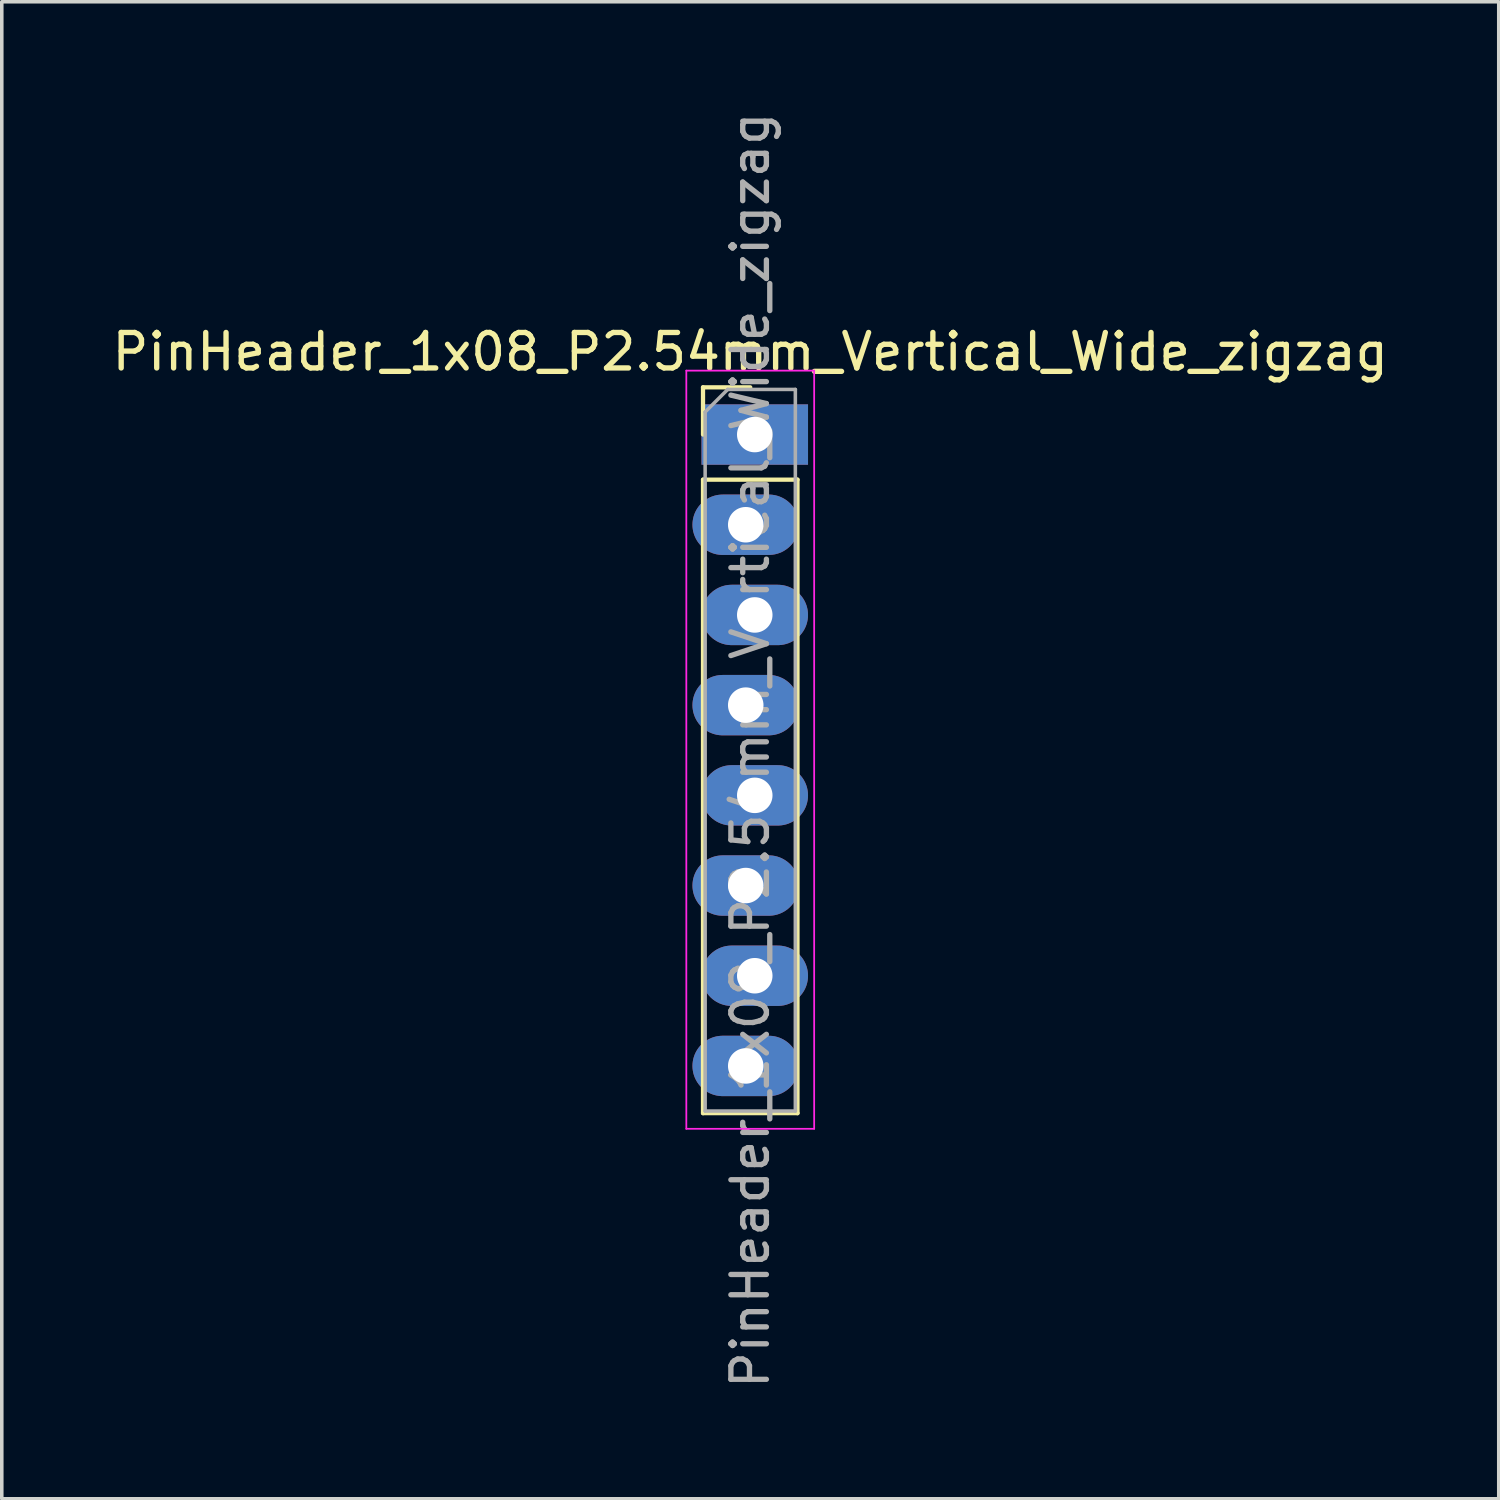
<source format=kicad_pcb>
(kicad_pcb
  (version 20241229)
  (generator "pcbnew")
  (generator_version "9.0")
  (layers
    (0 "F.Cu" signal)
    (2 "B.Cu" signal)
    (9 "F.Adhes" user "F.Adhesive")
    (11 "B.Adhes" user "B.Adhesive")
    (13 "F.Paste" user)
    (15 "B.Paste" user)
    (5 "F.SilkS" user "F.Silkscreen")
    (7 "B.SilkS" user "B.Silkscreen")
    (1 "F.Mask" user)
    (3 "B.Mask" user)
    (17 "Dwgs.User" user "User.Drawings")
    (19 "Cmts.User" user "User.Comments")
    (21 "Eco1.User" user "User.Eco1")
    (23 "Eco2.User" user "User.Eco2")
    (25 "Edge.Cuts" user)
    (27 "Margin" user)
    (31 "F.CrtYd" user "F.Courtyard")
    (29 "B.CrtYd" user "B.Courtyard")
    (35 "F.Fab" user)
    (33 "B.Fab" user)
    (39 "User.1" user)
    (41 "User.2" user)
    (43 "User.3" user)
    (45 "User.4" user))
  (footprint "PinHeader_1x08_P2.54mm_Vertical_Wide_zigzag"
    (layer "F.Cu")
    (at 18.077 9.187)
    (property "Reference" "PinHeader_1x08_P2.54mm_Vertical_Wide_zigzag" (at 0 -2.33 0) (layer "F.SilkS") (effects (font (size 1 1) (thickness 0.15))))
    (attr through_hole)
    (fp_line (start -1.33 -1.33) (end 0 -1.33) (stroke (width 0.12) (type solid)) (layer "F.SilkS"))
    (fp_line (start -1.33 0) (end -1.33 -1.33) (stroke (width 0.12) (type solid)) (layer "F.SilkS"))
    (fp_line (start -1.33 1.27) (end -1.33 19.11) (stroke (width 0.12) (type solid)) (layer "F.SilkS"))
    (fp_line (start -1.33 1.27) (end 1.33 1.27) (stroke (width 0.12) (type solid)) (layer "F.SilkS"))
    (fp_line (start -1.33 19.11) (end 1.33 19.11) (stroke (width 0.12) (type solid)) (layer "F.SilkS"))
    (fp_line (start 1.33 1.27) (end 1.33 19.11) (stroke (width 0.12) (type solid)) (layer "F.SilkS"))
    (fp_line (start -1.8 -1.8) (end -1.8 19.55) (stroke (width 0.05) (type solid)) (layer "F.CrtYd"))
    (fp_line (start -1.8 19.55) (end 1.8 19.55) (stroke (width 0.05) (type solid)) (layer "F.CrtYd"))
    (fp_line (start 1.8 -1.8) (end -1.8 -1.8) (stroke (width 0.05) (type solid)) (layer "F.CrtYd"))
    (fp_line (start 1.8 19.55) (end 1.8 -1.8) (stroke (width 0.05) (type solid)) (layer "F.CrtYd"))
    (fp_line (start -1.27 -0.635) (end -0.635 -1.27) (stroke (width 0.1) (type solid)) (layer "F.Fab"))
    (fp_line (start -1.27 19.05) (end -1.27 -0.635) (stroke (width 0.1) (type solid)) (layer "F.Fab"))
    (fp_line (start -0.635 -1.27) (end 1.27 -1.27) (stroke (width 0.1) (type solid)) (layer "F.Fab"))
    (fp_line (start 1.27 -1.27) (end 1.27 19.05) (stroke (width 0.1) (type solid)) (layer "F.Fab"))
    (fp_line (start 1.27 19.05) (end -1.27 19.05) (stroke (width 0.1) (type solid)) (layer "F.Fab"))
    (fp_text user "${REFERENCE}" (at 0 8.89 90) (layer "F.Fab") (effects (font (size 1 1) (thickness 0.15))))
    (pad "1" thru_hole rect (at 0.127 0) (size 3 1.7) (drill 1) (layers "*.Cu" "*.Mask"))
    (pad "2" thru_hole oval (at -0.127 2.54) (size 3 1.7) (drill 1) (layers "*.Cu" "*.Mask"))
    (pad "3" thru_hole oval (at 0.127 5.08) (size 3 1.7) (drill 1) (layers "*.Cu" "*.Mask"))
    (pad "4" thru_hole oval (at -0.127 7.62) (size 3 1.7) (drill 1) (layers "*.Cu" "*.Mask"))
    (pad "5" thru_hole oval (at 0.127 10.16) (size 3 1.7) (drill 1) (layers "*.Cu" "*.Mask"))
    (pad "6" thru_hole oval (at -0.127 12.7) (size 3 1.7) (drill 1) (layers "*.Cu" "*.Mask"))
    (pad "7" thru_hole oval (at 0.127 15.24) (size 3 1.7) (drill 1) (layers "*.Cu" "*.Mask"))
    (pad "8" thru_hole oval (at -0.127 17.78) (size 3 1.7) (drill 1) (layers "*.Cu" "*.Mask")))
  (gr_rect
    (start -3 -3)
    (end 39.155 39.155)
    (stroke (width 0.1) (type default))
    (fill no)
    (layer "Edge.Cuts")))
</source>
